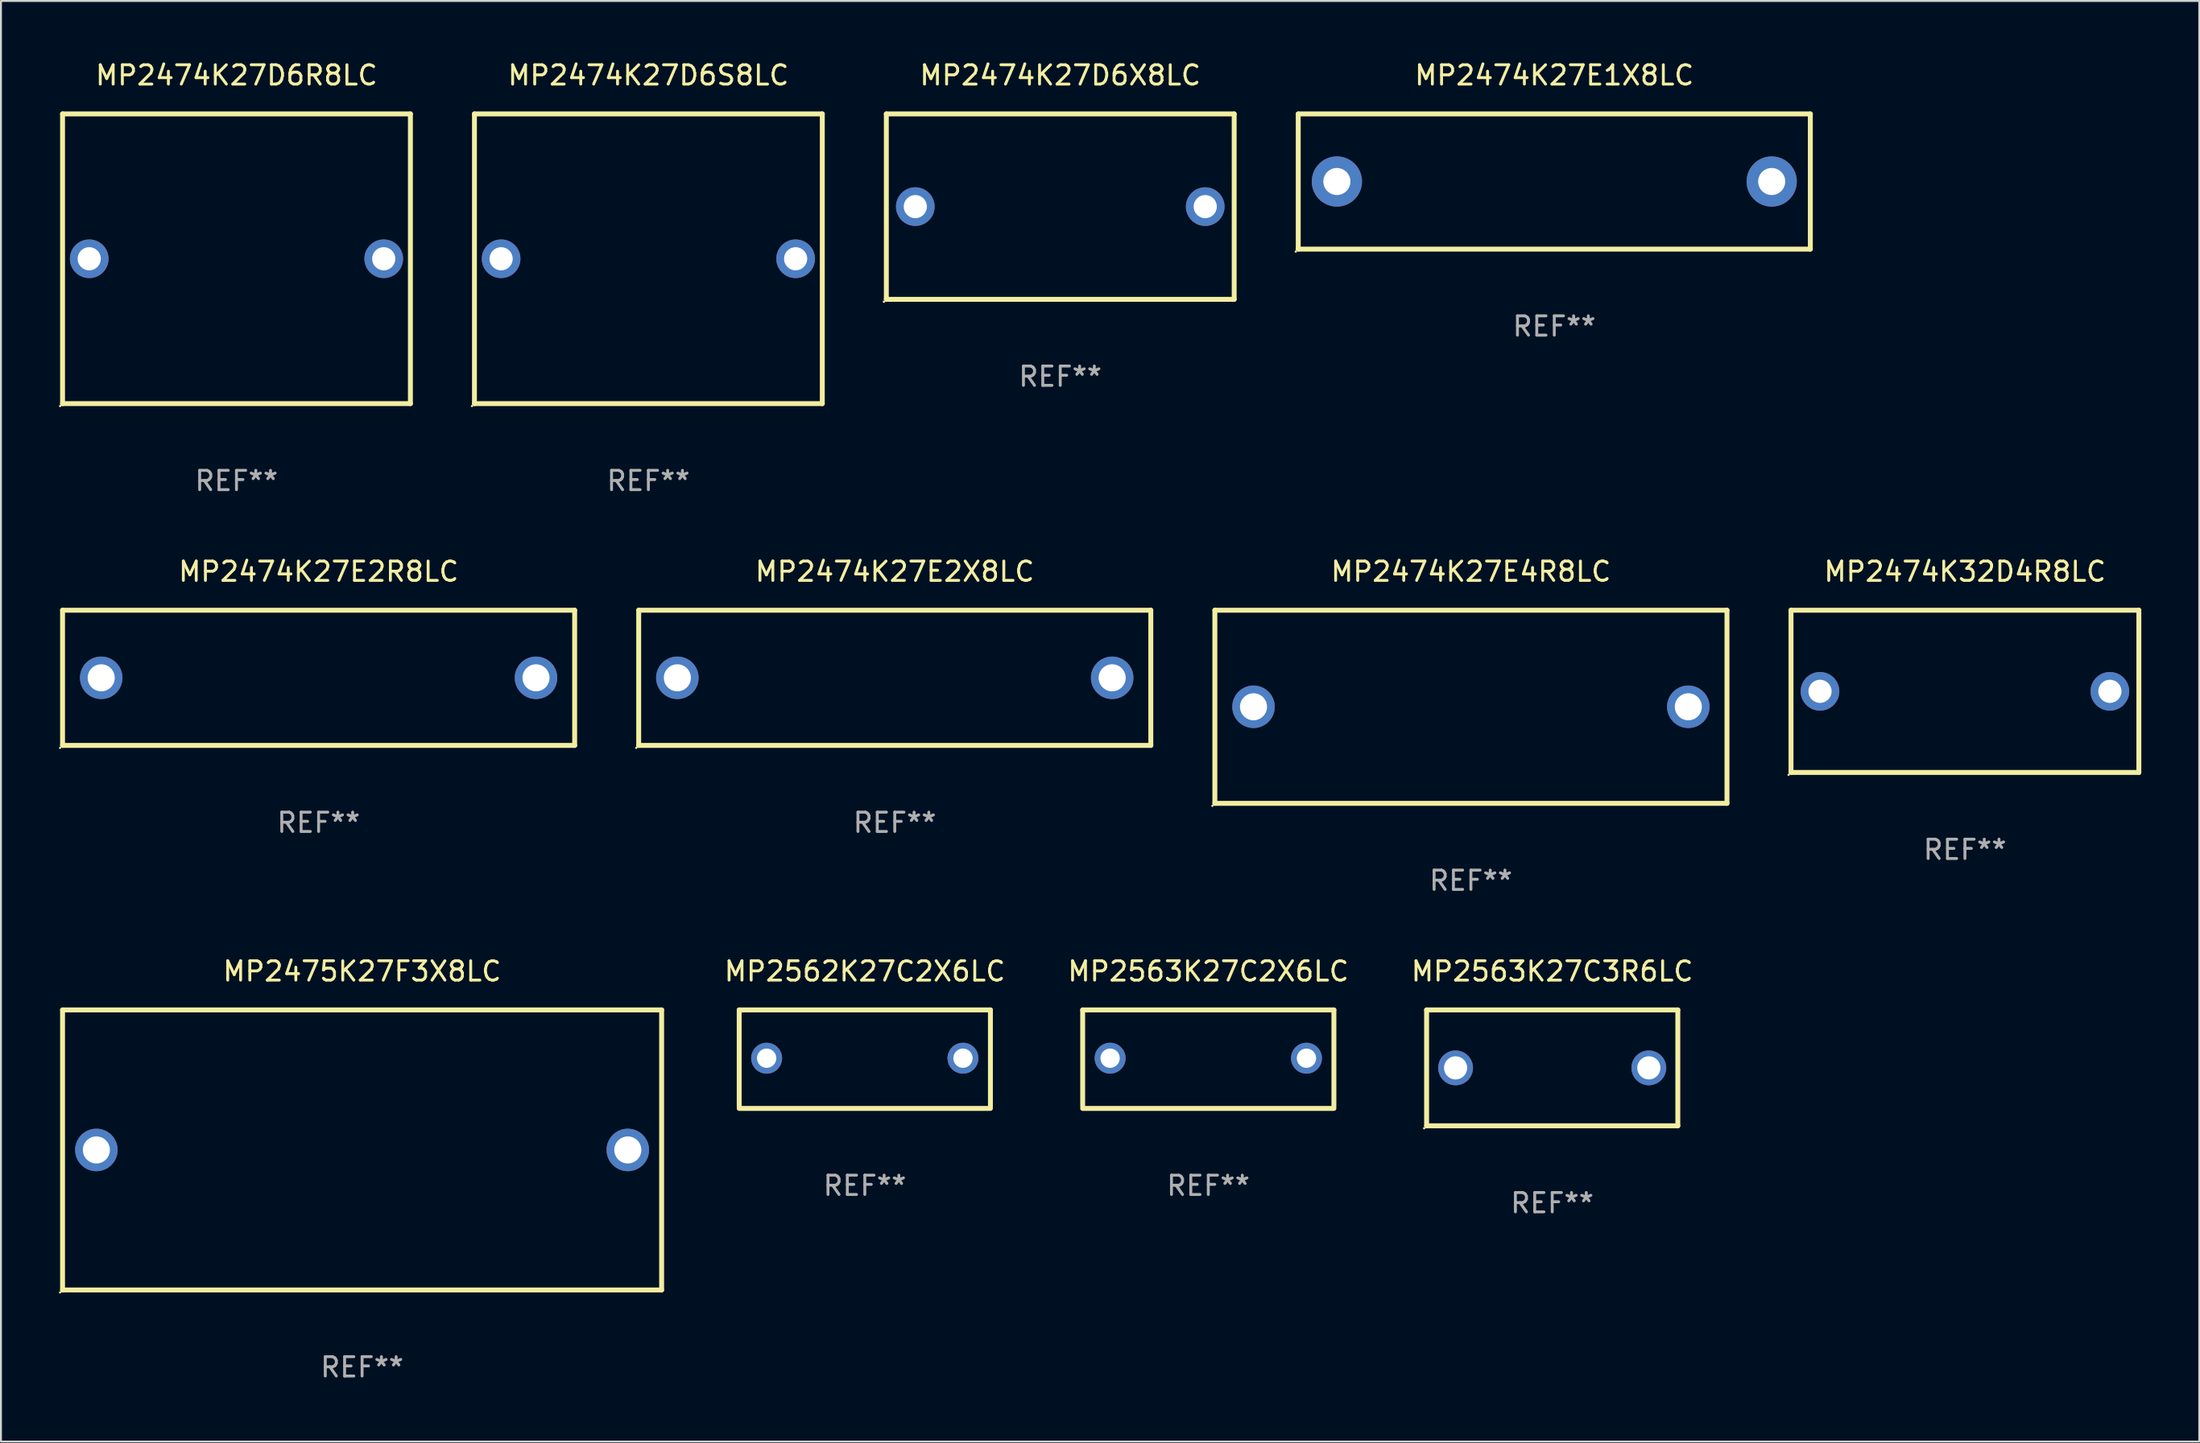
<source format=kicad_pcb>
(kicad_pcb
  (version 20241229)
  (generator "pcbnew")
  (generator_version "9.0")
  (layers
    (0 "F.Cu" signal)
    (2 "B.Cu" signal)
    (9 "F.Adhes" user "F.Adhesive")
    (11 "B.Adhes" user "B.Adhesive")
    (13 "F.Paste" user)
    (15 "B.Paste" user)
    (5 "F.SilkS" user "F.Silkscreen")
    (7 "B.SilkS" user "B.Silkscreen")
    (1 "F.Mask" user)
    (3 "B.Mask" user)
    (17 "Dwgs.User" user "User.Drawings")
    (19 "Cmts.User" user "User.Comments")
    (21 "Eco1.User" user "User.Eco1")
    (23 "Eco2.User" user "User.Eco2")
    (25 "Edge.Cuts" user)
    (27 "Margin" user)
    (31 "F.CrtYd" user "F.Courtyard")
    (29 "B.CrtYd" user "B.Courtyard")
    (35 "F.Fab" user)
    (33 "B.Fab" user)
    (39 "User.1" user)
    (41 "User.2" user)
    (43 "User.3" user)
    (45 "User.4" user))
  (footprint "MP2474K27E1X8LC"
    (layer "F.Cu")
    (at 77.379 6.348)
    (property "Reference" "MP2474K27E1X8LC" (at 0 -5.5 0) (layer "F.SilkS") (effects (font (size 1 1) (thickness 0.15))))
    (attr through_hole)
    (fp_line (start -13.25 -3.5) (end 13.25 -3.5) (stroke (width 0.254) (type solid)) (layer "F.SilkS"))
    (fp_line (start -13.25 3.5) (end -13.25 -3.5) (stroke (width 0.254) (type solid)) (layer "F.SilkS"))
    (fp_line (start 13.25 -3.5) (end 13.25 3.5) (stroke (width 0.254) (type solid)) (layer "F.SilkS"))
    (fp_line (start 13.25 3.5) (end -13.25 3.5) (stroke (width 0.254) (type solid)) (layer "F.SilkS"))
    (fp_circle (center -13.377 3.627) (end -13.347 3.627) (stroke (width 0.06) (type solid)) (fill no) (layer "F.SilkS"))
    (fp_text user "REF**" (at 0 7.5 0) (layer "F.Fab") (effects (font (size 1 1) (thickness 0.15))))
    (pad "1" thru_hole circle (at -11.25 0) (size 2.6 2.6) (drill 1.4) (layers "*.Cu" "*.Mask"))
    (pad "2" thru_hole circle (at 11.25 0) (size 2.6 2.6) (drill 1.4) (layers "*.Cu" "*.Mask")))
  (footprint "MP2563K27C2X6LC"
    (layer "F.Cu")
    (at 59.475 51.791)
    (property "Reference" "MP2563K27C2X6LC" (at 0 -4.55 0) (layer "F.SilkS") (effects (font (size 1 1) (thickness 0.15))))
    (attr through_hole)
    (fp_line (start -6.5 -2.55) (end 6.5 -2.55) (stroke (width 0.254) (type solid)) (layer "F.SilkS"))
    (fp_line (start -6.5 2.45) (end -6.5 -2.55) (stroke (width 0.254) (type solid)) (layer "F.SilkS"))
    (fp_line (start 6.5 -2.55) (end 6.5 2.45) (stroke (width 0.254) (type solid)) (layer "F.SilkS"))
    (fp_line (start 6.5 2.55) (end -6.5 2.55) (stroke (width 0.254) (type solid)) (layer "F.SilkS"))
    (fp_circle (center -6.5 2.45) (end -6.47 2.45) (stroke (width 0.06) (type solid)) (fill no) (layer "F.SilkS"))
    (fp_text user "REF**" (at 0 6.55 0) (layer "F.Fab") (effects (font (size 1 1) (thickness 0.15))))
    (pad "1" thru_hole circle (at -5.08 -0.05) (size 1.6 1.6) (drill 1) (layers "*.Cu" "*.Mask"))
    (pad "2" thru_hole circle (at 5.08 -0.05) (size 1.6 1.6) (drill 1) (layers "*.Cu" "*.Mask")))
  (footprint "MP2474K27E2X8LC"
    (layer "F.Cu")
    (at 43.251 32.045)
    (property "Reference" "MP2474K27E2X8LC" (at 0 -5.5 0) (layer "F.SilkS") (effects (font (size 1 1) (thickness 0.15))))
    (attr through_hole)
    (fp_line (start -13.25 -3.5) (end 13.25 -3.5) (stroke (width 0.254) (type solid)) (layer "F.SilkS"))
    (fp_line (start -13.25 3.5) (end -13.25 -3.5) (stroke (width 0.254) (type solid)) (layer "F.SilkS"))
    (fp_line (start 13.25 -3.5) (end 13.25 3.5) (stroke (width 0.254) (type solid)) (layer "F.SilkS"))
    (fp_line (start 13.25 3.5) (end -13.25 3.5) (stroke (width 0.254) (type solid)) (layer "F.SilkS"))
    (fp_circle (center -13.377 3.627) (end -13.347 3.627) (stroke (width 0.06) (type solid)) (fill no) (layer "F.SilkS"))
    (fp_text user "REF**" (at 0 7.5 0) (layer "F.Fab") (effects (font (size 1 1) (thickness 0.15))))
    (pad "1" thru_hole circle (at -11.25 0) (size 2.2 2.2) (drill 1.4) (layers "*.Cu" "*.Mask"))
    (pad "2" thru_hole circle (at 11.25 0) (size 2.2 2.2) (drill 1.4) (layers "*.Cu" "*.Mask")))
  (footprint "MP2474K32D4R8LC"
    (layer "F.Cu")
    (at 98.629 32.745)
    (property "Reference" "MP2474K32D4R8LC" (at 0 -6.2 0) (layer "F.SilkS") (effects (font (size 1 1) (thickness 0.15))))
    (attr through_hole)
    (fp_line (start -9 -4.2) (end 9 -4.2) (stroke (width 0.254) (type solid)) (layer "F.SilkS"))
    (fp_line (start -9 4.2) (end -9 -4.2) (stroke (width 0.254) (type solid)) (layer "F.SilkS"))
    (fp_line (start 9 -4.2) (end 9 4.2) (stroke (width 0.254) (type solid)) (layer "F.SilkS"))
    (fp_line (start 9 4.2) (end -9 4.2) (stroke (width 0.254) (type solid)) (layer "F.SilkS"))
    (fp_circle (center -9.127 4.327) (end -9.097 4.327) (stroke (width 0.06) (type solid)) (fill no) (layer "F.SilkS"))
    (fp_text user "REF**" (at 0 8.2 0) (layer "F.Fab") (effects (font (size 1 1) (thickness 0.15))))
    (pad "1" thru_hole circle (at -7.5 0) (size 2 2) (drill 1.2) (layers "*.Cu" "*.Mask"))
    (pad "2" thru_hole circle (at 7.5 0) (size 2 2) (drill 1.2) (layers "*.Cu" "*.Mask")))
  (footprint "MP2474K27D6S8LC"
    (layer "F.Cu")
    (at 30.501 10.348)
    (property "Reference" "MP2474K27D6S8LC" (at 0 -9.5 0) (layer "F.SilkS") (effects (font (size 1 1) (thickness 0.15))))
    (attr through_hole)
    (fp_line (start -9 -7.5) (end 9 -7.5) (stroke (width 0.254) (type solid)) (layer "F.SilkS"))
    (fp_line (start -9 7.5) (end -9 -7.5) (stroke (width 0.254) (type solid)) (layer "F.SilkS"))
    (fp_line (start -9 7.5) (end 9 7.5) (stroke (width 0.254) (type solid)) (layer "F.SilkS"))
    (fp_line (start 9 -7.5) (end 9 7.5) (stroke (width 0.254) (type solid)) (layer "F.SilkS"))
    (fp_circle (center -9.127 7.627) (end -9.097 7.627) (stroke (width 0.06) (type solid)) (fill no) (layer "F.SilkS"))
    (fp_text user "REF**" (at 0 11.5 0) (layer "F.Fab") (effects (font (size 1 1) (thickness 0.15))))
    (pad "1" thru_hole circle (at -7.62 0) (size 2 2) (drill 1.2) (layers "*.Cu" "*.Mask"))
    (pad "2" thru_hole circle (at 7.62 0) (size 2 2) (drill 1.2) (layers "*.Cu" "*.Mask")))
  (footprint "MP2474K27E2R8LC"
    (layer "F.Cu")
    (at 13.437 32.045)
    (property "Reference" "MP2474K27E2R8LC" (at 0 -5.5 0) (layer "F.SilkS") (effects (font (size 1 1) (thickness 0.15))))
    (attr through_hole)
    (fp_line (start -13.25 -3.5) (end 13.25 -3.5) (stroke (width 0.254) (type solid)) (layer "F.SilkS"))
    (fp_line (start -13.25 3.5) (end -13.25 -3.5) (stroke (width 0.254) (type solid)) (layer "F.SilkS"))
    (fp_line (start 13.25 -3.5) (end 13.25 3.5) (stroke (width 0.254) (type solid)) (layer "F.SilkS"))
    (fp_line (start 13.25 3.5) (end -13.25 3.5) (stroke (width 0.254) (type solid)) (layer "F.SilkS"))
    (fp_circle (center -13.377 3.627) (end -13.347 3.627) (stroke (width 0.06) (type solid)) (fill no) (layer "F.SilkS"))
    (fp_text user "REF**" (at 0 7.5 0) (layer "F.Fab") (effects (font (size 1 1) (thickness 0.15))))
    (pad "1" thru_hole circle (at -11.25 0) (size 2.2 2.2) (drill 1.4) (layers "*.Cu" "*.Mask"))
    (pad "2" thru_hole circle (at 11.25 0) (size 2.2 2.2) (drill 1.4) (layers "*.Cu" "*.Mask")))
  (footprint "MP2563K27C3R6LC"
    (layer "F.Cu")
    (at 77.272 52.241)
    (property "Reference" "MP2563K27C3R6LC" (at 0 -5 0) (layer "F.SilkS") (effects (font (size 1 1) (thickness 0.15))))
    (attr through_hole)
    (fp_line (start -6.5 -3) (end 6.5 -3) (stroke (width 0.254) (type solid)) (layer "F.SilkS"))
    (fp_line (start -6.5 3) (end -6.5 -3) (stroke (width 0.254) (type solid)) (layer "F.SilkS"))
    (fp_line (start -6.5 3) (end 6.5 3) (stroke (width 0.254) (type solid)) (layer "F.SilkS"))
    (fp_line (start 6.5 -3) (end 6.5 3) (stroke (width 0.254) (type solid)) (layer "F.SilkS"))
    (fp_circle (center -6.627 3.127) (end -6.597 3.127) (stroke (width 0.06) (type solid)) (fill no) (layer "F.SilkS"))
    (fp_text user "REF**" (at 0 7 0) (layer "F.Fab") (effects (font (size 1 1) (thickness 0.15))))
    (pad "1" thru_hole circle (at -5 0) (size 1.8 1.8) (drill 1.2) (layers "*.Cu" "*.Mask"))
    (pad "2" thru_hole circle (at 5 0) (size 1.8 1.8) (drill 1.2) (layers "*.Cu" "*.Mask")))
  (footprint "MP2474K27D6X8LC"
    (layer "F.Cu")
    (at 51.815 7.648)
    (property "Reference" "MP2474K27D6X8LC" (at 0 -6.8 0) (layer "F.SilkS") (effects (font (size 1 1) (thickness 0.15))))
    (attr through_hole)
    (fp_line (start -9 -4.8) (end 9 -4.8) (stroke (width 0.254) (type solid)) (layer "F.SilkS"))
    (fp_line (start -9 4.8) (end -9 -4.8) (stroke (width 0.254) (type solid)) (layer "F.SilkS"))
    (fp_line (start 9 -4.8) (end 9 4.8) (stroke (width 0.254) (type solid)) (layer "F.SilkS"))
    (fp_line (start 9 4.8) (end -9 4.8) (stroke (width 0.254) (type solid)) (layer "F.SilkS"))
    (fp_circle (center -9.127 4.927) (end -9.097 4.927) (stroke (width 0.06) (type solid)) (fill no) (layer "F.SilkS"))
    (fp_text user "REF**" (at 0 8.8 0) (layer "F.Fab") (effects (font (size 1 1) (thickness 0.15))))
    (pad "1" thru_hole circle (at -7.501 0) (size 2 2) (drill 1.2) (layers "*.Cu" "*.Mask"))
    (pad "2" thru_hole circle (at 7.501 0) (size 2 2) (drill 1.2) (layers "*.Cu" "*.Mask")))
  (footprint "MP2475K27F3X8LC"
    (layer "F.Cu")
    (at 15.687 56.491)
    (property "Reference" "MP2475K27F3X8LC" (at 0 -9.25 0) (layer "F.SilkS") (effects (font (size 1 1) (thickness 0.15))))
    (attr through_hole)
    (fp_line (start -15.5 -7.25) (end 15.5 -7.25) (stroke (width 0.254) (type solid)) (layer "F.SilkS"))
    (fp_line (start -15.5 7.25) (end -15.5 -7.25) (stroke (width 0.254) (type solid)) (layer "F.SilkS"))
    (fp_line (start 15.5 -7.25) (end 15.5 7.25) (stroke (width 0.254) (type solid)) (layer "F.SilkS"))
    (fp_line (start 15.5 7.25) (end -15.5 7.25) (stroke (width 0.254) (type solid)) (layer "F.SilkS"))
    (fp_circle (center -15.627 7.377) (end -15.597 7.377) (stroke (width 0.06) (type solid)) (fill no) (layer "F.SilkS"))
    (fp_text user "REF**" (at 0 11.25 0) (layer "F.Fab") (effects (font (size 1 1) (thickness 0.15))))
    (pad "1" thru_hole circle (at -13.75 -0.000013) (size 2.2 2.2) (drill 1.4) (layers "*.Cu" "*.Mask"))
    (pad "2" thru_hole circle (at 13.75 -0.000013) (size 2.2 2.2) (drill 1.4) (layers "*.Cu" "*.Mask")))
  (footprint "MP2562K27C2X6LC"
    (layer "F.Cu")
    (at 41.701 51.791)
    (property "Reference" "MP2562K27C2X6LC" (at 0 -4.55 0) (layer "F.SilkS") (effects (font (size 1 1) (thickness 0.15))))
    (attr through_hole)
    (fp_line (start -6.5 -2.55) (end 6.5 -2.55) (stroke (width 0.254) (type solid)) (layer "F.SilkS"))
    (fp_line (start -6.5 2.45) (end -6.5 -2.55) (stroke (width 0.254) (type solid)) (layer "F.SilkS"))
    (fp_line (start 6.5 -2.55) (end 6.5 2.45) (stroke (width 0.254) (type solid)) (layer "F.SilkS"))
    (fp_line (start 6.5 2.55) (end -6.5 2.55) (stroke (width 0.254) (type solid)) (layer "F.SilkS"))
    (fp_circle (center -6.5 2.45) (end -6.47 2.45) (stroke (width 0.06) (type solid)) (fill no) (layer "F.SilkS"))
    (fp_text user "REF**" (at 0 6.55 0) (layer "F.Fab") (effects (font (size 1 1) (thickness 0.15))))
    (pad "1" thru_hole circle (at -5.08 -0.05) (size 1.6 1.6) (drill 1) (layers "*.Cu" "*.Mask"))
    (pad "2" thru_hole circle (at 5.08 -0.05) (size 1.6 1.6) (drill 1) (layers "*.Cu" "*.Mask")))
  (footprint "MP2474K27D6R8LC"
    (layer "F.Cu")
    (at 9.187 10.348)
    (property "Reference" "MP2474K27D6R8LC" (at 0 -9.5 0) (layer "F.SilkS") (effects (font (size 1 1) (thickness 0.15))))
    (attr through_hole)
    (fp_line (start -9 -7.5) (end 9 -7.5) (stroke (width 0.254) (type solid)) (layer "F.SilkS"))
    (fp_line (start -9 7.5) (end -9 -7.5) (stroke (width 0.254) (type solid)) (layer "F.SilkS"))
    (fp_line (start -9 7.5) (end 9 7.5) (stroke (width 0.254) (type solid)) (layer "F.SilkS"))
    (fp_line (start 9 -7.5) (end 9 7.5) (stroke (width 0.254) (type solid)) (layer "F.SilkS"))
    (fp_circle (center -9.127 7.627) (end -9.097 7.627) (stroke (width 0.06) (type solid)) (fill no) (layer "F.SilkS"))
    (fp_text user "REF**" (at 0 11.5 0) (layer "F.Fab") (effects (font (size 1 1) (thickness 0.15))))
    (pad "1" thru_hole circle (at -7.62 0) (size 2 2) (drill 1.2) (layers "*.Cu" "*.Mask"))
    (pad "2" thru_hole circle (at 7.62 0) (size 2 2) (drill 1.2) (layers "*.Cu" "*.Mask")))
  (footprint "MP2474K27E4R8LC"
    (layer "F.Cu")
    (at 73.065 33.545)
    (property "Reference" "MP2474K27E4R8LC" (at 0 -7 0) (layer "F.SilkS") (effects (font (size 1 1) (thickness 0.15))))
    (attr through_hole)
    (fp_line (start -13.25 -5) (end 13.25 -5) (stroke (width 0.254) (type solid)) (layer "F.SilkS"))
    (fp_line (start -13.25 5) (end -13.25 -5) (stroke (width 0.254) (type solid)) (layer "F.SilkS"))
    (fp_line (start 13.25 -5) (end 13.25 5) (stroke (width 0.254) (type solid)) (layer "F.SilkS"))
    (fp_line (start 13.25 5) (end -13.25 5) (stroke (width 0.254) (type solid)) (layer "F.SilkS"))
    (fp_circle (center -13.377 5.127) (end -13.347 5.127) (stroke (width 0.06) (type solid)) (fill no) (layer "F.SilkS"))
    (fp_text user "REF**" (at 0 9 0) (layer "F.Fab") (effects (font (size 1 1) (thickness 0.15))))
    (pad "1" thru_hole circle (at -11.25 0) (size 2.2 2.2) (drill 1.4) (layers "*.Cu" "*.Mask"))
    (pad "2" thru_hole circle (at 11.25 0) (size 2.2 2.2) (drill 1.4) (layers "*.Cu" "*.Mask")))
  (gr_rect
    (start -3 -3)
    (end 110.756 71.59)
    (stroke (width 0.1) (type default))
    (fill no)
    (layer "Edge.Cuts")))
</source>
